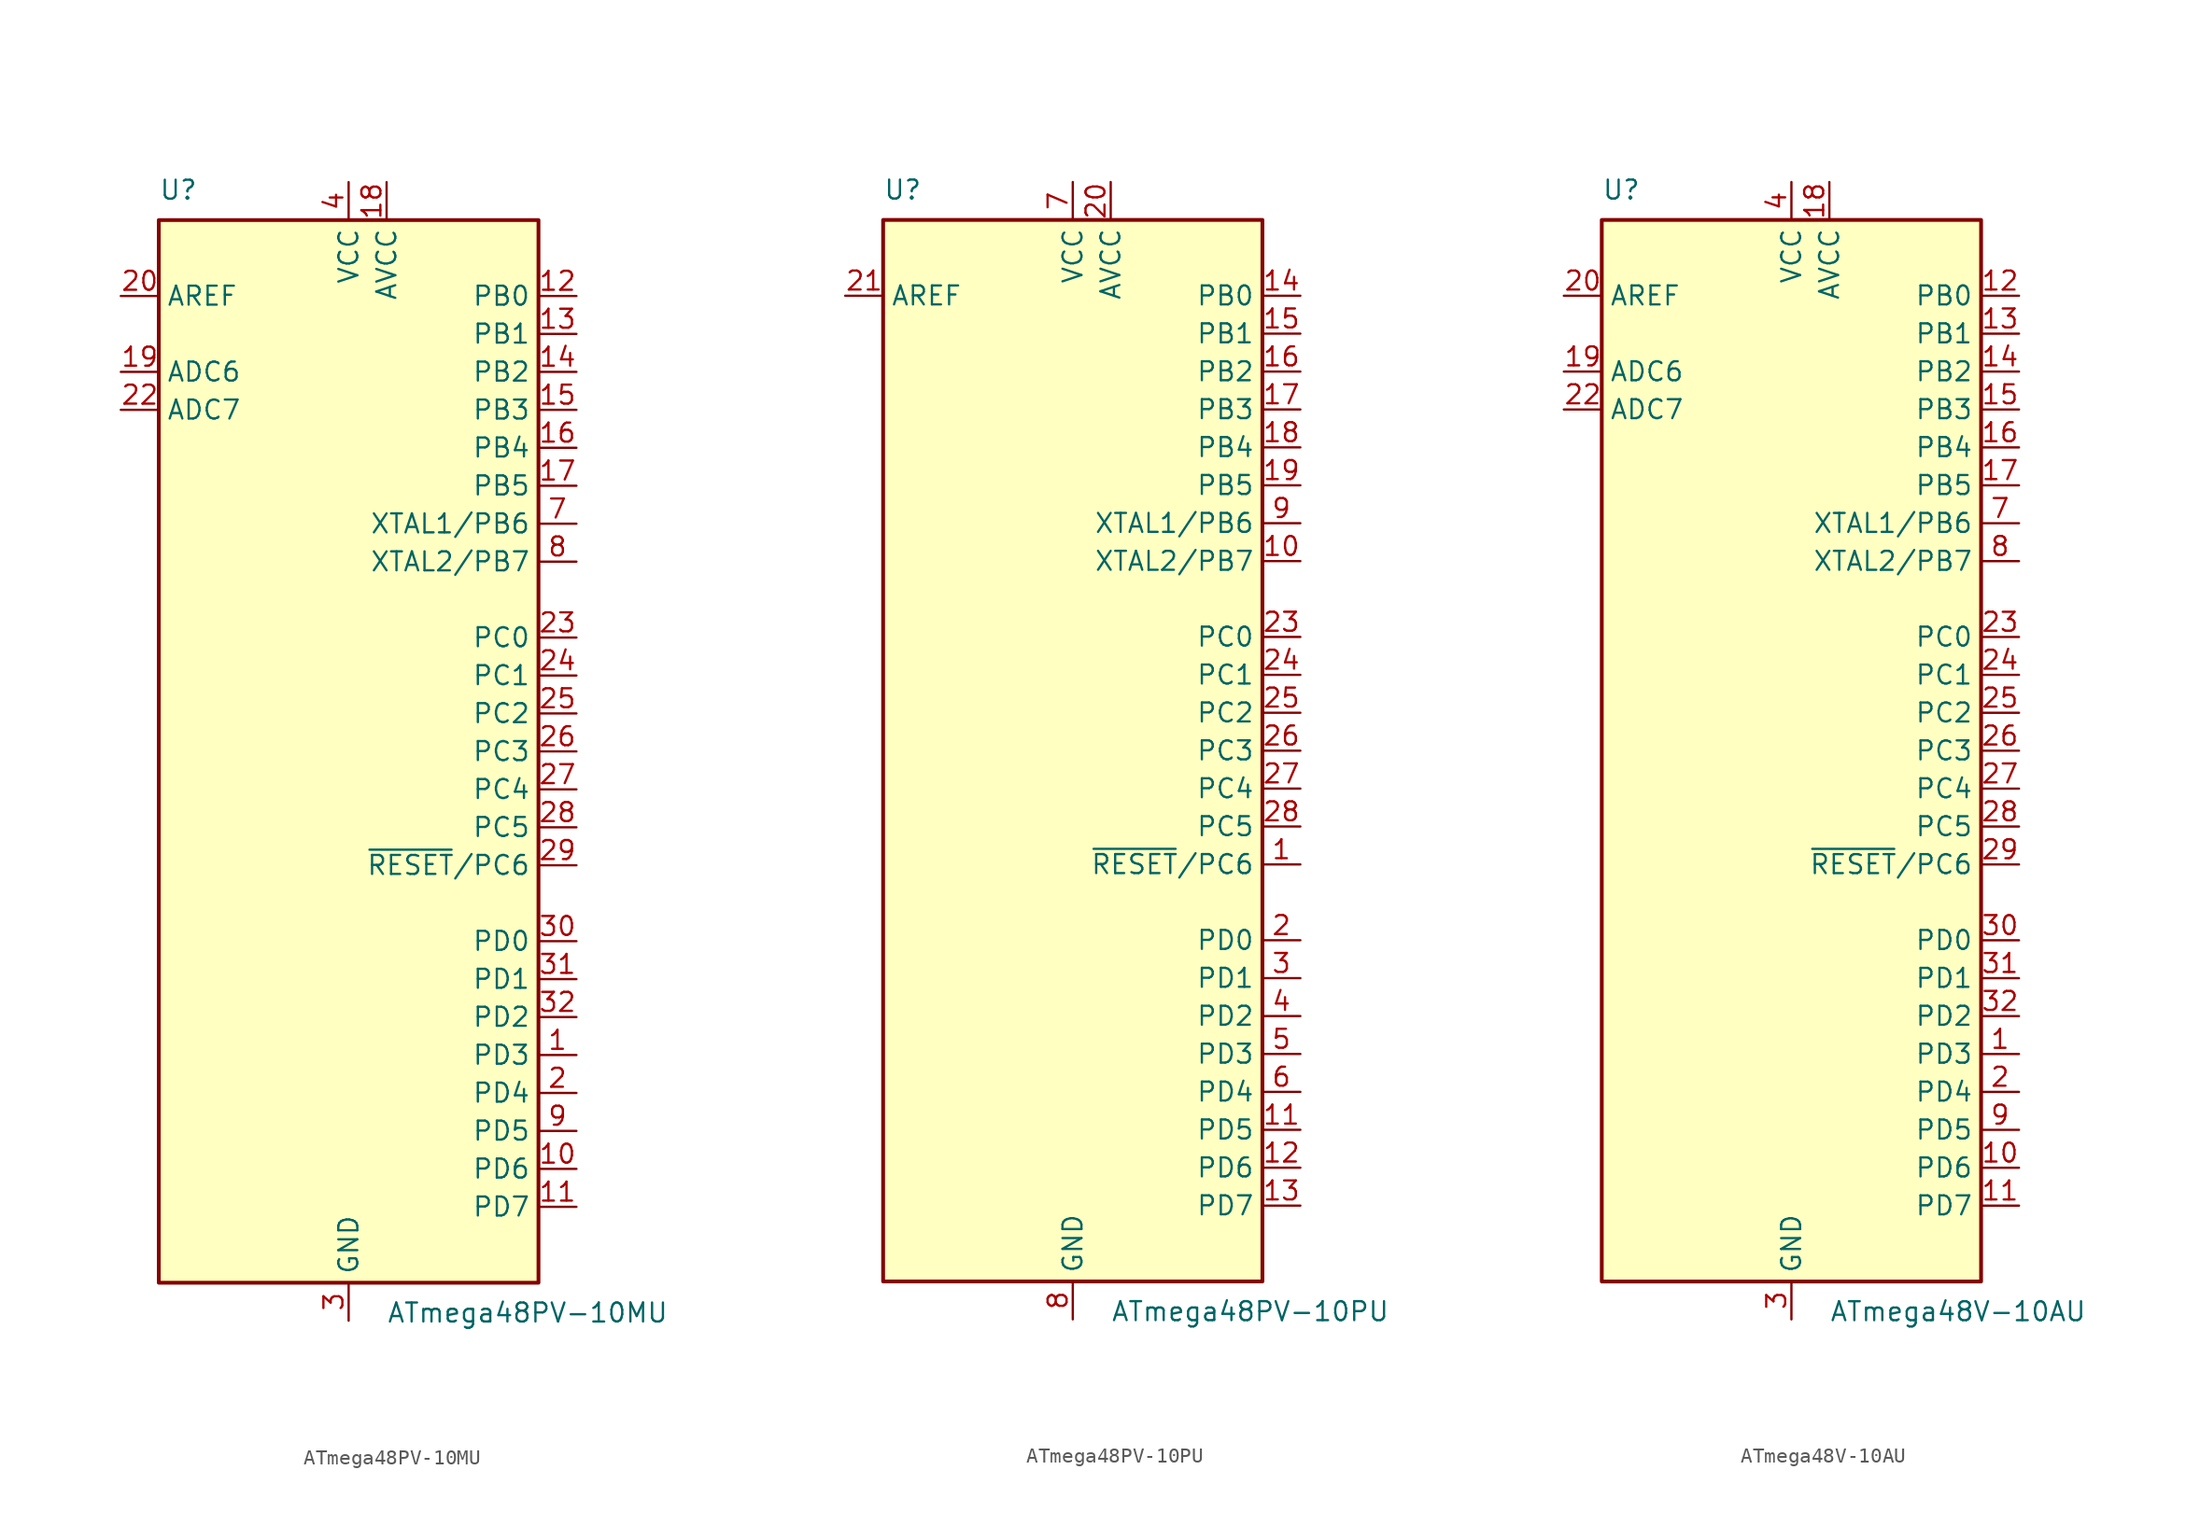
<source format=kicad_sym>
(kicad_symbol_lib
  (version 20201005)
  (generator kicad_symbol_editor)
  (symbol "ATmega48PV-10MU"
    (property "Reference" "U"
      (at -12.7 36.83 0)
      (effects (font (size 1.27 1.27)) (justify left bottom)))
    (property "Value" "ATmega48PV-10MU"
      (at 2.54 -36.83 0)
      (effects (font (size 1.27 1.27)) (justify left top)))
    (symbol "ATmega48PV-10MU_0_1"
      (rectangle (start -12.7 -35.56) (end 12.7 35.56) (stroke (width 0.254)) (fill (type background))))
    (symbol "ATmega48PV-10MU_1_1"
      (pin tri_state line (at 15.24 -20.32 180) (length 2.54) (name "PD3" (effects (font (size 1.27 1.27)))) (number "1" (effects (font (size 1.27 1.27)))))
      (pin tri_state line (at 15.24 -27.94 180) (length 2.54) (name "PD6" (effects (font (size 1.27 1.27)))) (number "10" (effects (font (size 1.27 1.27)))))
      (pin tri_state line (at 15.24 -30.48 180) (length 2.54) (name "PD7" (effects (font (size 1.27 1.27)))) (number "11" (effects (font (size 1.27 1.27)))))
      (pin tri_state line (at 15.24 30.48 180) (length 2.54) (name "PB0" (effects (font (size 1.27 1.27)))) (number "12" (effects (font (size 1.27 1.27)))))
      (pin tri_state line (at 15.24 27.94 180) (length 2.54) (name "PB1" (effects (font (size 1.27 1.27)))) (number "13" (effects (font (size 1.27 1.27)))))
      (pin tri_state line (at 15.24 25.4 180) (length 2.54) (name "PB2" (effects (font (size 1.27 1.27)))) (number "14" (effects (font (size 1.27 1.27)))))
      (pin tri_state line (at 15.24 22.86 180) (length 2.54) (name "PB3" (effects (font (size 1.27 1.27)))) (number "15" (effects (font (size 1.27 1.27)))))
      (pin tri_state line (at 15.24 20.32 180) (length 2.54) (name "PB4" (effects (font (size 1.27 1.27)))) (number "16" (effects (font (size 1.27 1.27)))))
      (pin tri_state line (at 15.24 17.78 180) (length 2.54) (name "PB5" (effects (font (size 1.27 1.27)))) (number "17" (effects (font (size 1.27 1.27)))))
      (pin power_in line (at 2.54 38.1 270) (length 2.54) (name "AVCC" (effects (font (size 1.27 1.27)))) (number "18" (effects (font (size 1.27 1.27)))))
      (pin input line (at -15.24 25.4 0) (length 2.54) (name "ADC6" (effects (font (size 1.27 1.27)))) (number "19" (effects (font (size 1.27 1.27)))))
      (pin tri_state line (at 15.24 -22.86 180) (length 2.54) (name "PD4" (effects (font (size 1.27 1.27)))) (number "2" (effects (font (size 1.27 1.27)))))
      (pin passive line (at -15.24 30.48 0) (length 2.54) (name "AREF" (effects (font (size 1.27 1.27)))) (number "20" (effects (font (size 1.27 1.27)))))
      (pin passive line (at 0 -38.1 90) (length 2.54) hide (name "GND" (effects (font (size 1.27 1.27)))) (number "21" (effects (font (size 1.27 1.27)))))
      (pin input line (at -15.24 22.86 0) (length 2.54) (name "ADC7" (effects (font (size 1.27 1.27)))) (number "22" (effects (font (size 1.27 1.27)))))
      (pin tri_state line (at 15.24 7.62 180) (length 2.54) (name "PC0" (effects (font (size 1.27 1.27)))) (number "23" (effects (font (size 1.27 1.27)))))
      (pin tri_state line (at 15.24 5.08 180) (length 2.54) (name "PC1" (effects (font (size 1.27 1.27)))) (number "24" (effects (font (size 1.27 1.27)))))
      (pin tri_state line (at 15.24 2.54 180) (length 2.54) (name "PC2" (effects (font (size 1.27 1.27)))) (number "25" (effects (font (size 1.27 1.27)))))
      (pin tri_state line (at 15.24 0 180) (length 2.54) (name "PC3" (effects (font (size 1.27 1.27)))) (number "26" (effects (font (size 1.27 1.27)))))
      (pin tri_state line (at 15.24 -2.54 180) (length 2.54) (name "PC4" (effects (font (size 1.27 1.27)))) (number "27" (effects (font (size 1.27 1.27)))))
      (pin tri_state line (at 15.24 -5.08 180) (length 2.54) (name "PC5" (effects (font (size 1.27 1.27)))) (number "28" (effects (font (size 1.27 1.27)))))
      (pin tri_state line (at 15.24 -7.62 180) (length 2.54) (name "~RESET~/PC6" (effects (font (size 1.27 1.27)))) (number "29" (effects (font (size 1.27 1.27)))))
      (pin power_in line (at 0 -38.1 90) (length 2.54) (name "GND" (effects (font (size 1.27 1.27)))) (number "3" (effects (font (size 1.27 1.27)))))
      (pin tri_state line (at 15.24 -12.7 180) (length 2.54) (name "PD0" (effects (font (size 1.27 1.27)))) (number "30" (effects (font (size 1.27 1.27)))))
      (pin tri_state line (at 15.24 -15.24 180) (length 2.54) (name "PD1" (effects (font (size 1.27 1.27)))) (number "31" (effects (font (size 1.27 1.27)))))
      (pin tri_state line (at 15.24 -17.78 180) (length 2.54) (name "PD2" (effects (font (size 1.27 1.27)))) (number "32" (effects (font (size 1.27 1.27)))))
      (pin passive line (at 0 -38.1 90) (length 2.54) hide (name "GND" (effects (font (size 1.27 1.27)))) (number "33" (effects (font (size 1.27 1.27)))))
      (pin power_in line (at 0 38.1 270) (length 2.54) (name "VCC" (effects (font (size 1.27 1.27)))) (number "4" (effects (font (size 1.27 1.27)))))
      (pin passive line (at 0 -38.1 90) (length 2.54) hide (name "GND" (effects (font (size 1.27 1.27)))) (number "5" (effects (font (size 1.27 1.27)))))
      (pin passive line (at 0 38.1 270) (length 2.54) hide (name "VCC" (effects (font (size 1.27 1.27)))) (number "6" (effects (font (size 1.27 1.27)))))
      (pin tri_state line (at 15.24 15.24 180) (length 2.54) (name "XTAL1/PB6" (effects (font (size 1.27 1.27)))) (number "7" (effects (font (size 1.27 1.27)))))
      (pin tri_state line (at 15.24 12.7 180) (length 2.54) (name "XTAL2/PB7" (effects (font (size 1.27 1.27)))) (number "8" (effects (font (size 1.27 1.27)))))
      (pin tri_state line (at 15.24 -25.4 180) (length 2.54) (name "PD5" (effects (font (size 1.27 1.27)))) (number "9" (effects (font (size 1.27 1.27)))))))
  (symbol "ATmega48PV-10PU"
    (property "Reference" "U"
      (at -12.7 36.83 0)
      (effects (font (size 1.27 1.27)) (justify left bottom)))
    (property "Value" "ATmega48PV-10PU"
      (at 2.54 -36.83 0)
      (effects (font (size 1.27 1.27)) (justify left top)))
    (symbol "ATmega48PV-10PU_0_1"
      (rectangle (start -12.7 -35.56) (end 12.7 35.56) (stroke (width 0.254)) (fill (type background))))
    (symbol "ATmega48PV-10PU_1_1"
      (pin tri_state line (at 15.24 -7.62 180) (length 2.54) (name "~RESET~/PC6" (effects (font (size 1.27 1.27)))) (number "1" (effects (font (size 1.27 1.27)))))
      (pin tri_state line (at 15.24 12.7 180) (length 2.54) (name "XTAL2/PB7" (effects (font (size 1.27 1.27)))) (number "10" (effects (font (size 1.27 1.27)))))
      (pin tri_state line (at 15.24 -25.4 180) (length 2.54) (name "PD5" (effects (font (size 1.27 1.27)))) (number "11" (effects (font (size 1.27 1.27)))))
      (pin tri_state line (at 15.24 -27.94 180) (length 2.54) (name "PD6" (effects (font (size 1.27 1.27)))) (number "12" (effects (font (size 1.27 1.27)))))
      (pin tri_state line (at 15.24 -30.48 180) (length 2.54) (name "PD7" (effects (font (size 1.27 1.27)))) (number "13" (effects (font (size 1.27 1.27)))))
      (pin tri_state line (at 15.24 30.48 180) (length 2.54) (name "PB0" (effects (font (size 1.27 1.27)))) (number "14" (effects (font (size 1.27 1.27)))))
      (pin tri_state line (at 15.24 27.94 180) (length 2.54) (name "PB1" (effects (font (size 1.27 1.27)))) (number "15" (effects (font (size 1.27 1.27)))))
      (pin tri_state line (at 15.24 25.4 180) (length 2.54) (name "PB2" (effects (font (size 1.27 1.27)))) (number "16" (effects (font (size 1.27 1.27)))))
      (pin tri_state line (at 15.24 22.86 180) (length 2.54) (name "PB3" (effects (font (size 1.27 1.27)))) (number "17" (effects (font (size 1.27 1.27)))))
      (pin tri_state line (at 15.24 20.32 180) (length 2.54) (name "PB4" (effects (font (size 1.27 1.27)))) (number "18" (effects (font (size 1.27 1.27)))))
      (pin tri_state line (at 15.24 17.78 180) (length 2.54) (name "PB5" (effects (font (size 1.27 1.27)))) (number "19" (effects (font (size 1.27 1.27)))))
      (pin tri_state line (at 15.24 -12.7 180) (length 2.54) (name "PD0" (effects (font (size 1.27 1.27)))) (number "2" (effects (font (size 1.27 1.27)))))
      (pin power_in line (at 2.54 38.1 270) (length 2.54) (name "AVCC" (effects (font (size 1.27 1.27)))) (number "20" (effects (font (size 1.27 1.27)))))
      (pin passive line (at -15.24 30.48 0) (length 2.54) (name "AREF" (effects (font (size 1.27 1.27)))) (number "21" (effects (font (size 1.27 1.27)))))
      (pin passive line (at 0 -38.1 90) (length 2.54) hide (name "GND" (effects (font (size 1.27 1.27)))) (number "22" (effects (font (size 1.27 1.27)))))
      (pin tri_state line (at 15.24 7.62 180) (length 2.54) (name "PC0" (effects (font (size 1.27 1.27)))) (number "23" (effects (font (size 1.27 1.27)))))
      (pin tri_state line (at 15.24 5.08 180) (length 2.54) (name "PC1" (effects (font (size 1.27 1.27)))) (number "24" (effects (font (size 1.27 1.27)))))
      (pin tri_state line (at 15.24 2.54 180) (length 2.54) (name "PC2" (effects (font (size 1.27 1.27)))) (number "25" (effects (font (size 1.27 1.27)))))
      (pin tri_state line (at 15.24 0 180) (length 2.54) (name "PC3" (effects (font (size 1.27 1.27)))) (number "26" (effects (font (size 1.27 1.27)))))
      (pin tri_state line (at 15.24 -2.54 180) (length 2.54) (name "PC4" (effects (font (size 1.27 1.27)))) (number "27" (effects (font (size 1.27 1.27)))))
      (pin tri_state line (at 15.24 -5.08 180) (length 2.54) (name "PC5" (effects (font (size 1.27 1.27)))) (number "28" (effects (font (size 1.27 1.27)))))
      (pin tri_state line (at 15.24 -15.24 180) (length 2.54) (name "PD1" (effects (font (size 1.27 1.27)))) (number "3" (effects (font (size 1.27 1.27)))))
      (pin tri_state line (at 15.24 -17.78 180) (length 2.54) (name "PD2" (effects (font (size 1.27 1.27)))) (number "4" (effects (font (size 1.27 1.27)))))
      (pin tri_state line (at 15.24 -20.32 180) (length 2.54) (name "PD3" (effects (font (size 1.27 1.27)))) (number "5" (effects (font (size 1.27 1.27)))))
      (pin tri_state line (at 15.24 -22.86 180) (length 2.54) (name "PD4" (effects (font (size 1.27 1.27)))) (number "6" (effects (font (size 1.27 1.27)))))
      (pin power_in line (at 0 38.1 270) (length 2.54) (name "VCC" (effects (font (size 1.27 1.27)))) (number "7" (effects (font (size 1.27 1.27)))))
      (pin power_in line (at 0 -38.1 90) (length 2.54) (name "GND" (effects (font (size 1.27 1.27)))) (number "8" (effects (font (size 1.27 1.27)))))
      (pin tri_state line (at 15.24 15.24 180) (length 2.54) (name "XTAL1/PB6" (effects (font (size 1.27 1.27)))) (number "9" (effects (font (size 1.27 1.27)))))))
  (symbol "ATmega48V-10AU"
    (property "Reference" "U"
      (at -12.7 36.83 0)
      (effects (font (size 1.27 1.27)) (justify left bottom)))
    (property "Value" "ATmega48V-10AU"
      (at 2.54 -36.83 0)
      (effects (font (size 1.27 1.27)) (justify left top)))
    (symbol "ATmega48V-10AU_0_1"
      (rectangle (start -12.7 -35.56) (end 12.7 35.56) (stroke (width 0.254)) (fill (type background))))
    (symbol "ATmega48V-10AU_1_1"
      (pin tri_state line (at 15.24 -20.32 180) (length 2.54) (name "PD3" (effects (font (size 1.27 1.27)))) (number "1" (effects (font (size 1.27 1.27)))))
      (pin tri_state line (at 15.24 -27.94 180) (length 2.54) (name "PD6" (effects (font (size 1.27 1.27)))) (number "10" (effects (font (size 1.27 1.27)))))
      (pin tri_state line (at 15.24 -30.48 180) (length 2.54) (name "PD7" (effects (font (size 1.27 1.27)))) (number "11" (effects (font (size 1.27 1.27)))))
      (pin tri_state line (at 15.24 30.48 180) (length 2.54) (name "PB0" (effects (font (size 1.27 1.27)))) (number "12" (effects (font (size 1.27 1.27)))))
      (pin tri_state line (at 15.24 27.94 180) (length 2.54) (name "PB1" (effects (font (size 1.27 1.27)))) (number "13" (effects (font (size 1.27 1.27)))))
      (pin tri_state line (at 15.24 25.4 180) (length 2.54) (name "PB2" (effects (font (size 1.27 1.27)))) (number "14" (effects (font (size 1.27 1.27)))))
      (pin tri_state line (at 15.24 22.86 180) (length 2.54) (name "PB3" (effects (font (size 1.27 1.27)))) (number "15" (effects (font (size 1.27 1.27)))))
      (pin tri_state line (at 15.24 20.32 180) (length 2.54) (name "PB4" (effects (font (size 1.27 1.27)))) (number "16" (effects (font (size 1.27 1.27)))))
      (pin tri_state line (at 15.24 17.78 180) (length 2.54) (name "PB5" (effects (font (size 1.27 1.27)))) (number "17" (effects (font (size 1.27 1.27)))))
      (pin power_in line (at 2.54 38.1 270) (length 2.54) (name "AVCC" (effects (font (size 1.27 1.27)))) (number "18" (effects (font (size 1.27 1.27)))))
      (pin input line (at -15.24 25.4 0) (length 2.54) (name "ADC6" (effects (font (size 1.27 1.27)))) (number "19" (effects (font (size 1.27 1.27)))))
      (pin tri_state line (at 15.24 -22.86 180) (length 2.54) (name "PD4" (effects (font (size 1.27 1.27)))) (number "2" (effects (font (size 1.27 1.27)))))
      (pin passive line (at -15.24 30.48 0) (length 2.54) (name "AREF" (effects (font (size 1.27 1.27)))) (number "20" (effects (font (size 1.27 1.27)))))
      (pin passive line (at 0 -38.1 90) (length 2.54) hide (name "GND" (effects (font (size 1.27 1.27)))) (number "21" (effects (font (size 1.27 1.27)))))
      (pin input line (at -15.24 22.86 0) (length 2.54) (name "ADC7" (effects (font (size 1.27 1.27)))) (number "22" (effects (font (size 1.27 1.27)))))
      (pin tri_state line (at 15.24 7.62 180) (length 2.54) (name "PC0" (effects (font (size 1.27 1.27)))) (number "23" (effects (font (size 1.27 1.27)))))
      (pin tri_state line (at 15.24 5.08 180) (length 2.54) (name "PC1" (effects (font (size 1.27 1.27)))) (number "24" (effects (font (size 1.27 1.27)))))
      (pin tri_state line (at 15.24 2.54 180) (length 2.54) (name "PC2" (effects (font (size 1.27 1.27)))) (number "25" (effects (font (size 1.27 1.27)))))
      (pin tri_state line (at 15.24 0 180) (length 2.54) (name "PC3" (effects (font (size 1.27 1.27)))) (number "26" (effects (font (size 1.27 1.27)))))
      (pin tri_state line (at 15.24 -2.54 180) (length 2.54) (name "PC4" (effects (font (size 1.27 1.27)))) (number "27" (effects (font (size 1.27 1.27)))))
      (pin tri_state line (at 15.24 -5.08 180) (length 2.54) (name "PC5" (effects (font (size 1.27 1.27)))) (number "28" (effects (font (size 1.27 1.27)))))
      (pin tri_state line (at 15.24 -7.62 180) (length 2.54) (name "~RESET~/PC6" (effects (font (size 1.27 1.27)))) (number "29" (effects (font (size 1.27 1.27)))))
      (pin power_in line (at 0 -38.1 90) (length 2.54) (name "GND" (effects (font (size 1.27 1.27)))) (number "3" (effects (font (size 1.27 1.27)))))
      (pin tri_state line (at 15.24 -12.7 180) (length 2.54) (name "PD0" (effects (font (size 1.27 1.27)))) (number "30" (effects (font (size 1.27 1.27)))))
      (pin tri_state line (at 15.24 -15.24 180) (length 2.54) (name "PD1" (effects (font (size 1.27 1.27)))) (number "31" (effects (font (size 1.27 1.27)))))
      (pin tri_state line (at 15.24 -17.78 180) (length 2.54) (name "PD2" (effects (font (size 1.27 1.27)))) (number "32" (effects (font (size 1.27 1.27)))))
      (pin power_in line (at 0 38.1 270) (length 2.54) (name "VCC" (effects (font (size 1.27 1.27)))) (number "4" (effects (font (size 1.27 1.27)))))
      (pin passive line (at 0 -38.1 90) (length 2.54) hide (name "GND" (effects (font (size 1.27 1.27)))) (number "5" (effects (font (size 1.27 1.27)))))
      (pin passive line (at 0 38.1 270) (length 2.54) hide (name "VCC" (effects (font (size 1.27 1.27)))) (number "6" (effects (font (size 1.27 1.27)))))
      (pin tri_state line (at 15.24 15.24 180) (length 2.54) (name "XTAL1/PB6" (effects (font (size 1.27 1.27)))) (number "7" (effects (font (size 1.27 1.27)))))
      (pin tri_state line (at 15.24 12.7 180) (length 2.54) (name "XTAL2/PB7" (effects (font (size 1.27 1.27)))) (number "8" (effects (font (size 1.27 1.27)))))
      (pin tri_state line (at 15.24 -25.4 180) (length 2.54) (name "PD5" (effects (font (size 1.27 1.27)))) (number "9" (effects (font (size 1.27 1.27))))))))
</source>
